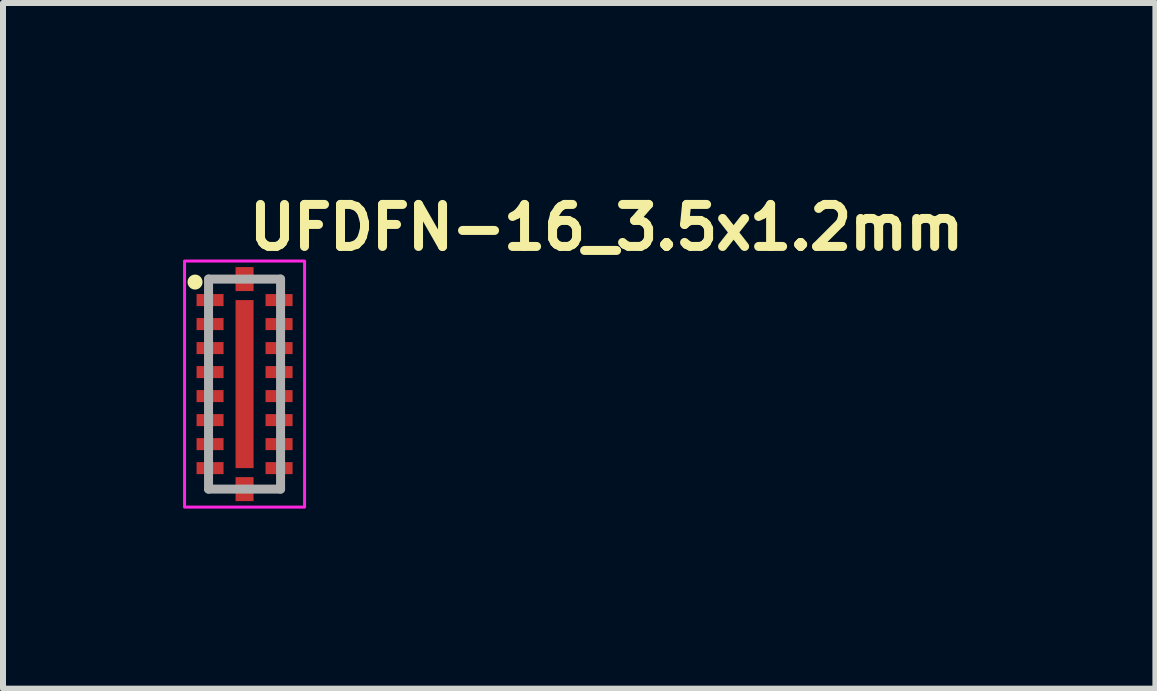
<source format=kicad_pcb>
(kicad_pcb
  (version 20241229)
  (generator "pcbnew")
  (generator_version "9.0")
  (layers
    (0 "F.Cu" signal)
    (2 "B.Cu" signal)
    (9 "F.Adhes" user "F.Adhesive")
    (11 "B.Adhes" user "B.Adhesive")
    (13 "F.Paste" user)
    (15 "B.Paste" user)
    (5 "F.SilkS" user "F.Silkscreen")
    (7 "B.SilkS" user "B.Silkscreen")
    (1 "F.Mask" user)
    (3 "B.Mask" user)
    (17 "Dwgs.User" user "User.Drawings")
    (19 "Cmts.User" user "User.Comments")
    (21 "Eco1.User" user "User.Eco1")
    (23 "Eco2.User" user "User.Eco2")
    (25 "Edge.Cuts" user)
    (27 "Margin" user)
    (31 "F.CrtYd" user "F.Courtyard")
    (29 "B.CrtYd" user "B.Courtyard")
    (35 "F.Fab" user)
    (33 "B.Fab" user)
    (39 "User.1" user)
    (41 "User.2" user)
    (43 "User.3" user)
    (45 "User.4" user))
  (footprint "UFDFN-16_3.5x1.2mm"
    (layer "F.Cu")
    (at 1.025 3.35)
    (property "Reference" "UFDFN-16_3.5x1.2mm" (at 0 -2.2 0) (layer "F.SilkS") (effects (font (size 0.7 0.7) (thickness 0.15)) (justify left bottom)))
    (attr smd)
    (fp_circle (center -0.825 -1.7) (end -0.775 -1.7) (stroke (width 0.15) (type solid)) (fill yes) (layer "F.SilkS"))
    (fp_rect (start -1 -2.05) (end 1 2.05) (stroke (width 0.05) (type solid)) (fill no) (layer "F.CrtYd"))
    (fp_line (start -0.6 -1.75) (end -0.6 1.75) (stroke (width 0.15) (type solid)) (layer "F.Fab"))
    (fp_line (start -0.6 1.75) (end 0.6 1.75) (stroke (width 0.15) (type solid)) (layer "F.Fab"))
    (fp_line (start 0.6 -1.75) (end -0.6 -1.75) (stroke (width 0.15) (type solid)) (layer "F.Fab"))
    (fp_line (start 0.6 1.75) (end 0.6 -1.75) (stroke (width 0.15) (type solid)) (layer "F.Fab"))
    (fp_rect (start -0.6 -1.75) (end 0.6 1.75) (stroke (width 0.1) (type solid)) (fill no) (layer "User.5"))
    (fp_line (start -0.6 -1.75) (end -0.6 -0.75) (stroke (width 0.02) (type solid)) (layer "User.9"))
    (fp_line (start -0.6 -0.75) (end -0.6 1.75) (stroke (width 0.02) (type solid)) (layer "User.9"))
    (fp_line (start -0.6 -0.75) (end -0.2 -0.75) (stroke (width 0.02) (type solid)) (layer "User.9"))
    (fp_line (start -0.6 1.75) (end 0.6 1.75) (stroke (width 0.02) (type solid)) (layer "User.9"))
    (fp_line (start -0.2 -1.75) (end -0.6 -1.75) (stroke (width 0.02) (type solid)) (layer "User.9"))
    (fp_line (start -0.2 -0.75) (end -0.2 -1.75) (stroke (width 0.02) (type solid)) (layer "User.9"))
    (fp_line (start 0.6 -1.75) (end -0.2 -1.75) (stroke (width 0.02) (type solid)) (layer "User.9"))
    (fp_line (start 0.6 1.75) (end 0.6 -1.75) (stroke (width 0.02) (type solid)) (layer "User.9"))
    (pad "1" smd rect (at -0.575 -1.4 270) (size 0.2 0.45) (layers "F.Cu" "F.Mask" "F.Paste"))
    (pad "2" smd rect (at -0.575 -1 270) (size 0.2 0.45) (layers "F.Cu" "F.Mask" "F.Paste"))
    (pad "3" smd rect (at -0.575 -0.6 270) (size 0.2 0.45) (layers "F.Cu" "F.Mask" "F.Paste"))
    (pad "4" smd rect (at -0.575 -0.2 270) (size 0.2 0.45) (layers "F.Cu" "F.Mask" "F.Paste"))
    (pad "5" smd rect (at -0.575 0.2 270) (size 0.2 0.45) (layers "F.Cu" "F.Mask" "F.Paste"))
    (pad "6" smd rect (at -0.575 0.6 270) (size 0.2 0.45) (layers "F.Cu" "F.Mask" "F.Paste"))
    (pad "7" smd rect (at -0.575 1 270) (size 0.2 0.45) (layers "F.Cu" "F.Mask" "F.Paste"))
    (pad "8" smd rect (at -0.575 1.4 270) (size 0.2 0.45) (layers "F.Cu" "F.Mask" "F.Paste"))
    (pad "9" smd rect (at 0.575 1.4 270) (size 0.2 0.45) (layers "F.Cu" "F.Mask" "F.Paste"))
    (pad "10" smd rect (at 0.575 1 270) (size 0.2 0.45) (layers "F.Cu" "F.Mask" "F.Paste"))
    (pad "11" smd rect (at 0.575 0.6 270) (size 0.2 0.45) (layers "F.Cu" "F.Mask" "F.Paste"))
    (pad "12" smd rect (at 0.575 0.2 270) (size 0.2 0.45) (layers "F.Cu" "F.Mask" "F.Paste"))
    (pad "13" smd rect (at 0.575 -0.2 270) (size 0.2 0.45) (layers "F.Cu" "F.Mask" "F.Paste"))
    (pad "14" smd rect (at 0.575 -0.6 270) (size 0.2 0.45) (layers "F.Cu" "F.Mask" "F.Paste"))
    (pad "15" smd rect (at 0.575 -1 270) (size 0.2 0.45) (layers "F.Cu" "F.Mask" "F.Paste"))
    (pad "16" smd rect (at 0.575 -1.4 270) (size 0.2 0.45) (layers "F.Cu" "F.Mask" "F.Paste"))
    (pad "17" smd rect (at 0 -1.75 270) (size 0.4 0.3) (layers "F.Cu" "F.Mask" "F.Paste"))
    (pad "17" smd rect (at 0 0 270) (size 2.8 0.3) (layers "F.Cu" "F.Mask" "F.Paste"))
    (pad "17" smd rect (at 0 1.75 270) (size 0.4 0.3) (layers "F.Cu" "F.Mask" "F.Paste")))
  (gr_rect
    (start -3 -3)
    (end 16.202 8.425)
    (stroke (width 0.1) (type default))
    (fill no)
    (layer "Edge.Cuts")))
</source>
